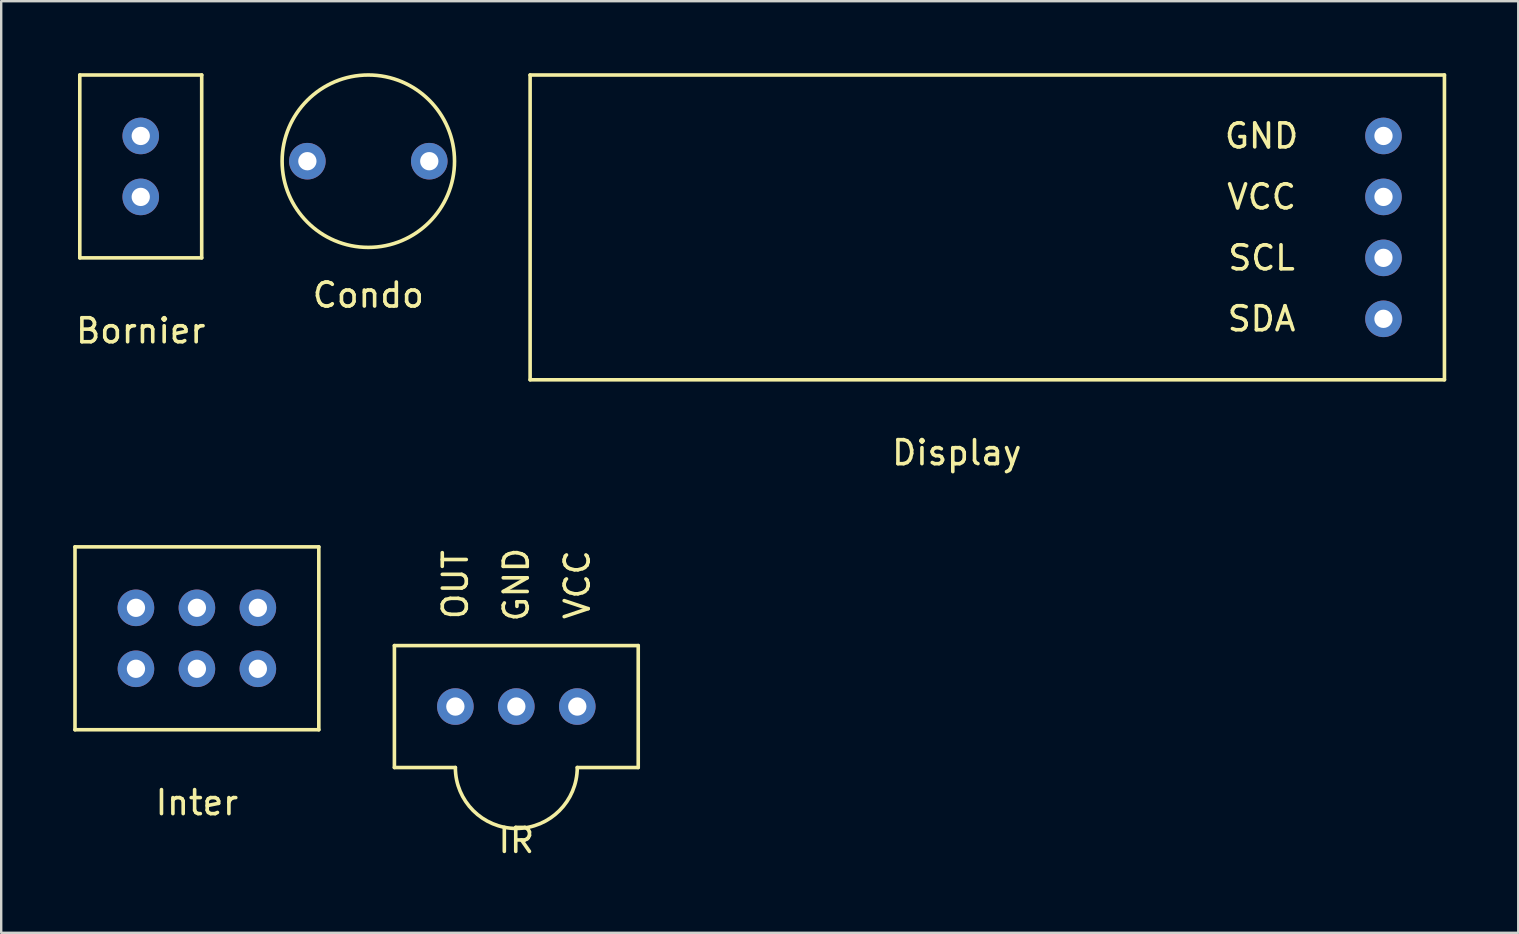
<source format=kicad_pcb>
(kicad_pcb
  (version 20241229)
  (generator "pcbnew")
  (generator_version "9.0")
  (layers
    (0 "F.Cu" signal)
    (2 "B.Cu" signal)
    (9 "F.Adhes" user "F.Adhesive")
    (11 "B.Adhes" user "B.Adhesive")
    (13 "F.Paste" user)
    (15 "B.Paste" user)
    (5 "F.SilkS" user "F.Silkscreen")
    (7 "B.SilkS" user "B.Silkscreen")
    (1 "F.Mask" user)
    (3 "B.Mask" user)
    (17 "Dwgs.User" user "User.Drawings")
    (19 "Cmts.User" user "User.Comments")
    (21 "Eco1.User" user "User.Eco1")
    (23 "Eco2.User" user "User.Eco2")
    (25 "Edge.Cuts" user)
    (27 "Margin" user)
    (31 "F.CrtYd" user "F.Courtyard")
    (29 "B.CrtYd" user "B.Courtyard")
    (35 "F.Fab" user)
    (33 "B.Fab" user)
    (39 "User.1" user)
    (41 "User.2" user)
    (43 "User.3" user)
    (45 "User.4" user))
  (footprint "Inter"
    (layer "F.Cu")
    (at 5.155 29.898)
    (property "Reference" "Inter" (at 0 0.5 0) (layer "F.SilkS") (effects (font (size 1 1) (thickness 0.15))))
    (attr through_hole)
    (fp_line (start -5.08 -10.16) (end -5.08 -2.54) (stroke (width 0.15) (type solid)) (layer "F.SilkS"))
    (fp_line (start -5.08 -2.54) (end 5.08 -2.54) (stroke (width 0.15) (type solid)) (layer "F.SilkS"))
    (fp_line (start 5.08 -10.16) (end -5.08 -10.16) (stroke (width 0.15) (type solid)) (layer "F.SilkS"))
    (fp_line (start 5.08 -2.54) (end 5.08 -10.16) (stroke (width 0.15) (type solid)) (layer "F.SilkS"))
    (pad "3" thru_hole circle (at 0 -5.08) (size 1.524 1.524) (drill 0.762) (layers "*.Cu" "*.Mask"))
    (pad "4" thru_hole circle (at 0 -7.62) (size 1.524 1.524) (drill 0.762) (layers "*.Cu" "*.Mask"))
    (pad "5" thru_hole circle (at 2.54 -7.62) (size 1.524 1.524) (drill 0.762) (layers "*.Cu" "*.Mask"))
    (pad "6" thru_hole circle (at 2.54 -5.08) (size 1.524 1.524) (drill 0.762) (layers "*.Cu" "*.Mask"))
    (pad "7" thru_hole circle (at -2.54 -5.08) (size 1.524 1.524) (drill 0.762) (layers "*.Cu" "*.Mask"))
    (pad "8" thru_hole circle (at -2.54 -7.62) (size 1.524 1.524) (drill 0.762) (layers "*.Cu" "*.Mask")))
  (footprint "IR"
    (layer "F.Cu")
    (at 18.465 31.472)
    (property "Reference" "IR" (at 0 0.5 0) (layer "F.SilkS") (effects (font (size 1 1) (thickness 0.15))))
    (attr through_hole)
    (fp_line (start -5.08 -7.62) (end -5.08 -2.54) (stroke (width 0.15) (type solid)) (layer "F.SilkS"))
    (fp_line (start -5.08 -2.54) (end -2.54 -2.54) (stroke (width 0.15) (type solid)) (layer "F.SilkS"))
    (fp_line (start 2.54 -2.54) (end 5.08 -2.54) (stroke (width 0.15) (type solid)) (layer "F.SilkS"))
    (fp_line (start 5.08 -7.62) (end -5.08 -7.62) (stroke (width 0.15) (type solid)) (layer "F.SilkS"))
    (fp_line (start 5.08 -2.54) (end 5.08 -7.62) (stroke (width 0.15) (type solid)) (layer "F.SilkS"))
    (fp_arc (start 0 0) (mid -1.796051 -0.743949) (end -2.54 -2.54) (stroke (width 0.15) (type solid)) (layer "F.SilkS"))
    (fp_arc (start 2.54 -2.54) (mid 1.796051 -0.743949) (end 0 0) (stroke (width 0.15) (type solid)) (layer "F.SilkS"))
    (fp_text user "GND" (at 0 -10.16 90) (layer "F.SilkS") (effects (font (size 1 1) (thickness 0.15))))
    (fp_text user "OUT" (at -2.54 -10.16 90) (layer "F.SilkS") (effects (font (size 1 1) (thickness 0.15))))
    (fp_text user "VCC" (at 2.54 -10.16 90) (layer "F.SilkS") (effects (font (size 1 1) (thickness 0.15))))
    (pad "44" thru_hole circle (at -2.54 -5.08) (size 1.524 1.524) (drill 0.762) (layers "*.Cu" "*.Mask"))
    (pad "45" thru_hole circle (at 0 -5.08) (size 1.524 1.524) (drill 0.762) (layers "*.Cu" "*.Mask"))
    (pad "46" thru_hole circle (at 2.54 -5.08) (size 1.524 1.524) (drill 0.762) (layers "*.Cu" "*.Mask")))
  (footprint "Bornier"
    (layer "F.Cu")
    (at 2.815 10.235)
    (property "Reference" "Bornier" (at 0 0.5 0) (layer "F.SilkS") (effects (font (size 1 1) (thickness 0.15))))
    (attr through_hole)
    (fp_line (start -2.54 -10.16) (end -2.54 -2.54) (stroke (width 0.15) (type solid)) (layer "F.SilkS"))
    (fp_line (start -2.54 -2.54) (end 2.54 -2.54) (stroke (width 0.15) (type solid)) (layer "F.SilkS"))
    (fp_line (start 2.54 -10.16) (end -2.54 -10.16) (stroke (width 0.15) (type solid)) (layer "F.SilkS"))
    (fp_line (start 2.54 -2.54) (end 2.54 -10.16) (stroke (width 0.15) (type solid)) (layer "F.SilkS"))
    (pad "1" thru_hole circle (at 0 -7.62) (size 1.524 1.524) (drill 0.762) (layers "*.Cu" "*.Mask"))
    (pad "2" thru_hole circle (at 0 -5.08) (size 1.524 1.524) (drill 0.762) (layers "*.Cu" "*.Mask")))
  (footprint "Condo"
    (layer "F.Cu")
    (at 12.298 8.747)
    (property "Reference" "Condo" (at 0 0.5 0) (layer "F.SilkS") (effects (font (size 1 1) (thickness 0.15))))
    (attr through_hole)
    (fp_circle (center 0 -5.08) (end 2.54 -7.62) (stroke (width 0.15) (type solid)) (fill no) (layer "F.SilkS"))
    (pad "1" thru_hole circle (at 2.54 -5.08) (size 1.524 1.524) (drill 0.762) (layers "*.Cu" "*.Mask"))
    (pad "2" thru_hole circle (at -2.54 -5.08) (size 1.524 1.524) (drill 0.762) (layers "*.Cu" "*.Mask")))
  (footprint "Display"
    (layer "F.Cu")
    (at 36.82 15.315)
    (property "Reference" "Display" (at 0 0.5 0) (layer "F.SilkS") (effects (font (size 1 1) (thickness 0.15))))
    (attr through_hole)
    (fp_line (start -17.78 -15.24) (end -17.78 -2.54) (stroke (width 0.15) (type solid)) (layer "F.SilkS"))
    (fp_line (start -17.78 -2.54) (end 20.32 -2.54) (stroke (width 0.15) (type solid)) (layer "F.SilkS"))
    (fp_line (start 20.32 -15.24) (end -17.78 -15.24) (stroke (width 0.15) (type solid)) (layer "F.SilkS"))
    (fp_line (start 20.32 -2.54) (end 20.32 -15.24) (stroke (width 0.15) (type solid)) (layer "F.SilkS"))
    (fp_text user "GND" (at 12.7 -12.7 0) (layer "F.SilkS") (effects (font (size 1 1) (thickness 0.15))))
    (fp_text user "VCC" (at 12.7 -10.16 0) (layer "F.SilkS") (effects (font (size 1 1) (thickness 0.15))))
    (fp_text user "SDA" (at 12.7 -5.08 0) (layer "F.SilkS") (effects (font (size 1 1) (thickness 0.15))))
    (fp_text user "SCL" (at 12.7 -7.62 0) (layer "F.SilkS") (effects (font (size 1 1) (thickness 0.15))))
    (pad "9" thru_hole circle (at 17.78 -5.08) (size 1.524 1.524) (drill 0.762) (layers "*.Cu" "*.Mask"))
    (pad "10" thru_hole circle (at 17.78 -7.62) (size 1.524 1.524) (drill 0.762) (layers "*.Cu" "*.Mask"))
    (pad "11" thru_hole circle (at 17.78 -10.16) (size 1.524 1.524) (drill 0.762) (layers "*.Cu" "*.Mask"))
    (pad "12" thru_hole circle (at 17.78 -12.7) (size 1.524 1.524) (drill 0.762) (layers "*.Cu" "*.Mask")))
  (gr_rect
    (start -3 -3)
    (end 60.215 35.82)
    (stroke (width 0.1) (type default))
    (fill no)
    (layer "Edge.Cuts")))
</source>
